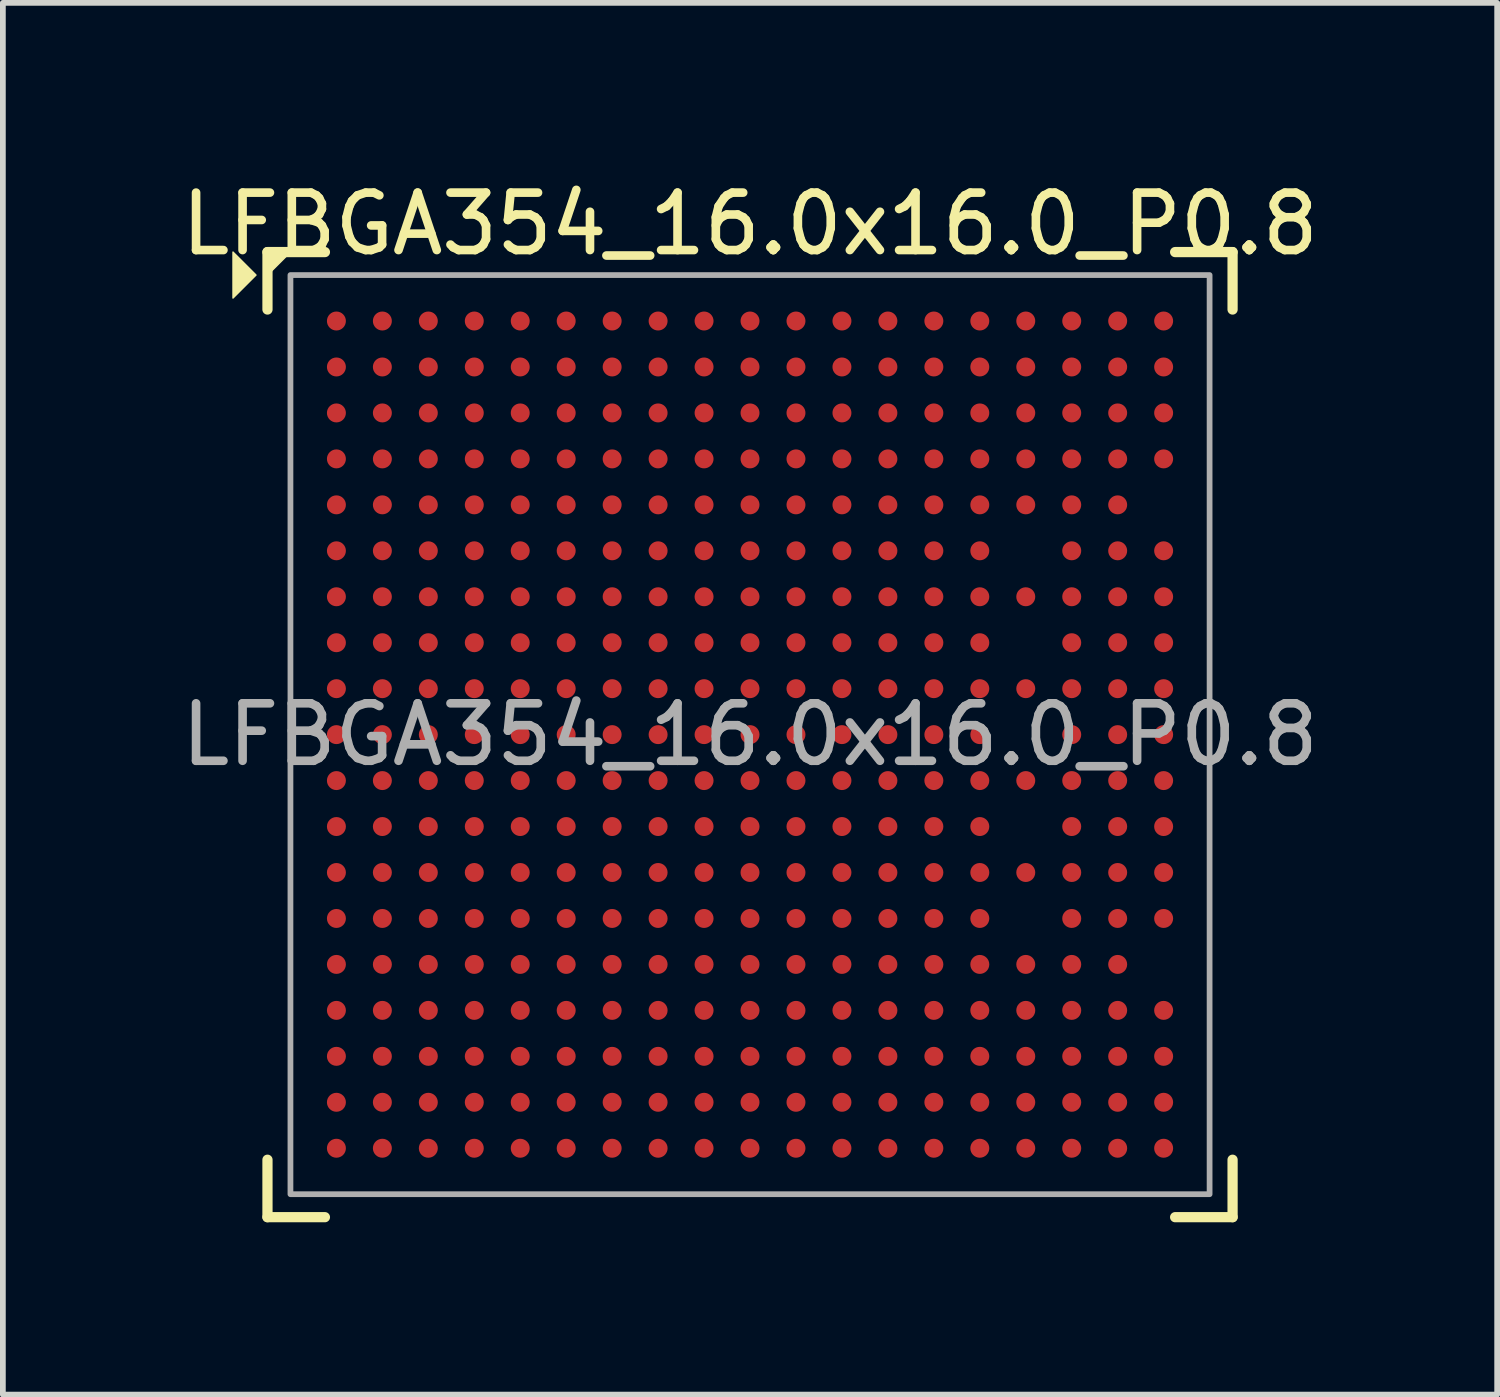
<source format=kicad_pcb>
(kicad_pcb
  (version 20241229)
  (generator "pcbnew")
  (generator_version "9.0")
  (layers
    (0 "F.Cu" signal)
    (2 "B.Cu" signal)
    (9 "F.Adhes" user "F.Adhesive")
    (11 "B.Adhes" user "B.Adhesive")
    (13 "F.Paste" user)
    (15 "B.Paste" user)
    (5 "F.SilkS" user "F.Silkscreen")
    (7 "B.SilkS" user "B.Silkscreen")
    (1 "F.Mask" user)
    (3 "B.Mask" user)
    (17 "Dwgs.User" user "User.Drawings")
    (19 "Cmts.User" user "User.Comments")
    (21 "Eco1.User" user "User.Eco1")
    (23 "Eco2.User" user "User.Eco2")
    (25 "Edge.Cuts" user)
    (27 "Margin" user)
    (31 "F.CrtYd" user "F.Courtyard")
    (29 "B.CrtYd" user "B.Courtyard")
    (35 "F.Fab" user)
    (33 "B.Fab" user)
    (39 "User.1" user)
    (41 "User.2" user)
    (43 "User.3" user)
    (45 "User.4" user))
  (footprint "LFBGA354_16.0x16.0_P0.8"
    (layer "F.Cu")
    (at 10.006 9.738)
    (property "Reference" "LFBGA354_16.0x16.0_P0.8" (at 0 -8.89 0) (unlocked yes) (layer "F.SilkS") (effects (font (size 1 1) (thickness 0.15))))
    (attr smd)
    (fp_line (start -8.4 -8.4) (end -7.4 -8.4) (stroke (width 0.178) (type solid)) (layer "F.SilkS"))
    (fp_line (start -8.4 -7.4) (end -8.4 -8.4) (stroke (width 0.178) (type solid)) (layer "F.SilkS"))
    (fp_line (start -8.4 8.4) (end -8.4 7.4) (stroke (width 0.178) (type solid)) (layer "F.SilkS"))
    (fp_line (start -8.4 8.4) (end -7.4 8.4) (stroke (width 0.178) (type solid)) (layer "F.SilkS"))
    (fp_line (start 7.4 -8.4) (end 8.4 -8.4) (stroke (width 0.178) (type solid)) (layer "F.SilkS"))
    (fp_line (start 7.4 8.4) (end 8.4 8.4) (stroke (width 0.178) (type solid)) (layer "F.SilkS"))
    (fp_line (start 8.4 -7.4) (end 8.4 -8.4) (stroke (width 0.178) (type solid)) (layer "F.SilkS"))
    (fp_line (start 8.4 8.4) (end 8.4 7.4) (stroke (width 0.178) (type solid)) (layer "F.SilkS"))
    (fp_poly (pts (xy -8.6 -8) (xy -9 -8.4) (xy -9 -7.6)) (stroke (width 0.025) (type solid)) (fill yes) (layer "F.SilkS"))
    (fp_poly (pts (xy -8.4 -8.4) (xy -8.4 -8) (xy -8 -8.4)) (stroke (width 0.025) (type solid)) (fill yes) (layer "F.SilkS"))
    (fp_rect (start -8 -8) (end 8 8) (stroke (width 0.1) (type solid)) (fill no) (layer "F.Fab"))
    (fp_text user "${REFERENCE}" (at 0 0 0) (unlocked yes) (layer "F.Fab") (effects (font (size 1 1) (thickness 0.15))))
    (pad "A1" smd circle (at -7.2 -7.2) (size 0.33 0.33) (layers "F.Cu" "F.Mask" "F.Paste"))
    (pad "A2" smd circle (at -6.4 -7.2) (size 0.33 0.33) (layers "F.Cu" "F.Mask" "F.Paste"))
    (pad "A3" smd circle (at -5.6 -7.2) (size 0.33 0.33) (layers "F.Cu" "F.Mask" "F.Paste"))
    (pad "A4" smd circle (at -4.8 -7.2) (size 0.33 0.33) (layers "F.Cu" "F.Mask" "F.Paste"))
    (pad "A5" smd circle (at -4 -7.2) (size 0.33 0.33) (layers "F.Cu" "F.Mask" "F.Paste"))
    (pad "A6" smd circle (at -3.2 -7.2) (size 0.33 0.33) (layers "F.Cu" "F.Mask" "F.Paste"))
    (pad "A7" smd circle (at -2.4 -7.2) (size 0.33 0.33) (layers "F.Cu" "F.Mask" "F.Paste"))
    (pad "A8" smd circle (at -1.6 -7.2) (size 0.33 0.33) (layers "F.Cu" "F.Mask" "F.Paste"))
    (pad "A9" smd circle (at -0.8 -7.2) (size 0.33 0.33) (layers "F.Cu" "F.Mask" "F.Paste"))
    (pad "A10" smd circle (at 0 -7.2) (size 0.33 0.33) (layers "F.Cu" "F.Mask" "F.Paste"))
    (pad "A11" smd circle (at 0.8 -7.2) (size 0.33 0.33) (layers "F.Cu" "F.Mask" "F.Paste"))
    (pad "A12" smd circle (at 1.6 -7.2) (size 0.33 0.33) (layers "F.Cu" "F.Mask" "F.Paste"))
    (pad "A13" smd circle (at 2.4 -7.2) (size 0.33 0.33) (layers "F.Cu" "F.Mask" "F.Paste"))
    (pad "A14" smd circle (at 3.2 -7.2) (size 0.33 0.33) (layers "F.Cu" "F.Mask" "F.Paste"))
    (pad "A15" smd circle (at 4 -7.2) (size 0.33 0.33) (layers "F.Cu" "F.Mask" "F.Paste"))
    (pad "A16" smd circle (at 4.8 -7.2) (size 0.33 0.33) (layers "F.Cu" "F.Mask" "F.Paste"))
    (pad "A17" smd circle (at 5.6 -7.2) (size 0.33 0.33) (layers "F.Cu" "F.Mask" "F.Paste"))
    (pad "A18" smd circle (at 6.4 -7.2) (size 0.33 0.33) (layers "F.Cu" "F.Mask" "F.Paste"))
    (pad "A19" smd circle (at 7.2 -7.2) (size 0.33 0.33) (layers "F.Cu" "F.Mask" "F.Paste"))
    (pad "B1" smd circle (at -7.2 -6.4) (size 0.33 0.33) (layers "F.Cu" "F.Mask" "F.Paste"))
    (pad "B2" smd circle (at -6.4 -6.4) (size 0.33 0.33) (layers "F.Cu" "F.Mask" "F.Paste"))
    (pad "B3" smd circle (at -5.6 -6.4) (size 0.33 0.33) (layers "F.Cu" "F.Mask" "F.Paste"))
    (pad "B4" smd circle (at -4.8 -6.4) (size 0.33 0.33) (layers "F.Cu" "F.Mask" "F.Paste"))
    (pad "B5" smd circle (at -4 -6.4) (size 0.33 0.33) (layers "F.Cu" "F.Mask" "F.Paste"))
    (pad "B6" smd circle (at -3.2 -6.4) (size 0.33 0.33) (layers "F.Cu" "F.Mask" "F.Paste"))
    (pad "B7" smd circle (at -2.4 -6.4) (size 0.33 0.33) (layers "F.Cu" "F.Mask" "F.Paste"))
    (pad "B8" smd circle (at -1.6 -6.4) (size 0.33 0.33) (layers "F.Cu" "F.Mask" "F.Paste"))
    (pad "B9" smd circle (at -0.8 -6.4) (size 0.33 0.33) (layers "F.Cu" "F.Mask" "F.Paste"))
    (pad "B10" smd circle (at 0 -6.4) (size 0.33 0.33) (layers "F.Cu" "F.Mask" "F.Paste"))
    (pad "B11" smd circle (at 0.8 -6.4) (size 0.33 0.33) (layers "F.Cu" "F.Mask" "F.Paste"))
    (pad "B12" smd circle (at 1.6 -6.4) (size 0.33 0.33) (layers "F.Cu" "F.Mask" "F.Paste"))
    (pad "B13" smd circle (at 2.4 -6.4) (size 0.33 0.33) (layers "F.Cu" "F.Mask" "F.Paste"))
    (pad "B14" smd circle (at 3.2 -6.4) (size 0.33 0.33) (layers "F.Cu" "F.Mask" "F.Paste"))
    (pad "B15" smd circle (at 4 -6.4) (size 0.33 0.33) (layers "F.Cu" "F.Mask" "F.Paste"))
    (pad "B16" smd circle (at 4.8 -6.4) (size 0.33 0.33) (layers "F.Cu" "F.Mask" "F.Paste"))
    (pad "B17" smd circle (at 5.6 -6.4) (size 0.33 0.33) (layers "F.Cu" "F.Mask" "F.Paste"))
    (pad "B18" smd circle (at 6.4 -6.4) (size 0.33 0.33) (layers "F.Cu" "F.Mask" "F.Paste"))
    (pad "B19" smd circle (at 7.2 -6.4) (size 0.33 0.33) (layers "F.Cu" "F.Mask" "F.Paste"))
    (pad "C1" smd circle (at -7.2 -5.6) (size 0.33 0.33) (layers "F.Cu" "F.Mask" "F.Paste"))
    (pad "C2" smd circle (at -6.4 -5.6) (size 0.33 0.33) (layers "F.Cu" "F.Mask" "F.Paste"))
    (pad "C3" smd circle (at -5.6 -5.6) (size 0.33 0.33) (layers "F.Cu" "F.Mask" "F.Paste"))
    (pad "C4" smd circle (at -4.8 -5.6) (size 0.33 0.33) (layers "F.Cu" "F.Mask" "F.Paste"))
    (pad "C5" smd circle (at -4 -5.6) (size 0.33 0.33) (layers "F.Cu" "F.Mask" "F.Paste"))
    (pad "C6" smd circle (at -3.2 -5.6) (size 0.33 0.33) (layers "F.Cu" "F.Mask" "F.Paste"))
    (pad "C7" smd circle (at -2.4 -5.6) (size 0.33 0.33) (layers "F.Cu" "F.Mask" "F.Paste"))
    (pad "C8" smd circle (at -1.6 -5.6) (size 0.33 0.33) (layers "F.Cu" "F.Mask" "F.Paste"))
    (pad "C9" smd circle (at -0.8 -5.6) (size 0.33 0.33) (layers "F.Cu" "F.Mask" "F.Paste"))
    (pad "C10" smd circle (at 0 -5.6) (size 0.33 0.33) (layers "F.Cu" "F.Mask" "F.Paste"))
    (pad "C11" smd circle (at 0.8 -5.6) (size 0.33 0.33) (layers "F.Cu" "F.Mask" "F.Paste"))
    (pad "C12" smd circle (at 1.6 -5.6) (size 0.33 0.33) (layers "F.Cu" "F.Mask" "F.Paste"))
    (pad "C13" smd circle (at 2.4 -5.6) (size 0.33 0.33) (layers "F.Cu" "F.Mask" "F.Paste"))
    (pad "C14" smd circle (at 3.2 -5.6) (size 0.33 0.33) (layers "F.Cu" "F.Mask" "F.Paste"))
    (pad "C15" smd circle (at 4 -5.6) (size 0.33 0.33) (layers "F.Cu" "F.Mask" "F.Paste"))
    (pad "C16" smd circle (at 4.8 -5.6) (size 0.33 0.33) (layers "F.Cu" "F.Mask" "F.Paste"))
    (pad "C17" smd circle (at 5.6 -5.6) (size 0.33 0.33) (layers "F.Cu" "F.Mask" "F.Paste"))
    (pad "C18" smd circle (at 6.4 -5.6) (size 0.33 0.33) (layers "F.Cu" "F.Mask" "F.Paste"))
    (pad "C19" smd circle (at 7.2 -5.6) (size 0.33 0.33) (layers "F.Cu" "F.Mask" "F.Paste"))
    (pad "D1" smd circle (at -7.2 -4.8) (size 0.33 0.33) (layers "F.Cu" "F.Mask" "F.Paste"))
    (pad "D2" smd circle (at -6.4 -4.8) (size 0.33 0.33) (layers "F.Cu" "F.Mask" "F.Paste"))
    (pad "D3" smd circle (at -5.6 -4.8) (size 0.33 0.33) (layers "F.Cu" "F.Mask" "F.Paste"))
    (pad "D4" smd circle (at -4.8 -4.8) (size 0.33 0.33) (layers "F.Cu" "F.Mask" "F.Paste"))
    (pad "D5" smd circle (at -4 -4.8) (size 0.33 0.33) (layers "F.Cu" "F.Mask" "F.Paste"))
    (pad "D6" smd circle (at -3.2 -4.8) (size 0.33 0.33) (layers "F.Cu" "F.Mask" "F.Paste"))
    (pad "D7" smd circle (at -2.4 -4.8) (size 0.33 0.33) (layers "F.Cu" "F.Mask" "F.Paste"))
    (pad "D8" smd circle (at -1.6 -4.8) (size 0.33 0.33) (layers "F.Cu" "F.Mask" "F.Paste"))
    (pad "D9" smd circle (at -0.8 -4.8) (size 0.33 0.33) (layers "F.Cu" "F.Mask" "F.Paste"))
    (pad "D10" smd circle (at 0 -4.8) (size 0.33 0.33) (layers "F.Cu" "F.Mask" "F.Paste"))
    (pad "D11" smd circle (at 0.8 -4.8) (size 0.33 0.33) (layers "F.Cu" "F.Mask" "F.Paste"))
    (pad "D12" smd circle (at 1.6 -4.8) (size 0.33 0.33) (layers "F.Cu" "F.Mask" "F.Paste"))
    (pad "D13" smd circle (at 2.4 -4.8) (size 0.33 0.33) (layers "F.Cu" "F.Mask" "F.Paste"))
    (pad "D14" smd circle (at 3.2 -4.8) (size 0.33 0.33) (layers "F.Cu" "F.Mask" "F.Paste"))
    (pad "D15" smd circle (at 4 -4.8) (size 0.33 0.33) (layers "F.Cu" "F.Mask" "F.Paste"))
    (pad "D16" smd circle (at 4.8 -4.8) (size 0.33 0.33) (layers "F.Cu" "F.Mask" "F.Paste"))
    (pad "D17" smd circle (at 5.6 -4.8) (size 0.33 0.33) (layers "F.Cu" "F.Mask" "F.Paste"))
    (pad "D18" smd circle (at 6.4 -4.8) (size 0.33 0.33) (layers "F.Cu" "F.Mask" "F.Paste"))
    (pad "D19" smd circle (at 7.2 -4.8) (size 0.33 0.33) (layers "F.Cu" "F.Mask" "F.Paste"))
    (pad "E1" smd circle (at -7.2 -4) (size 0.33 0.33) (layers "F.Cu" "F.Mask" "F.Paste"))
    (pad "E2" smd circle (at -6.4 -4) (size 0.33 0.33) (layers "F.Cu" "F.Mask" "F.Paste"))
    (pad "E3" smd circle (at -5.6 -4) (size 0.33 0.33) (layers "F.Cu" "F.Mask" "F.Paste"))
    (pad "E4" smd circle (at -4.8 -4) (size 0.33 0.33) (layers "F.Cu" "F.Mask" "F.Paste"))
    (pad "E5" smd circle (at -4 -4) (size 0.33 0.33) (layers "F.Cu" "F.Mask" "F.Paste"))
    (pad "E6" smd circle (at -3.2 -4) (size 0.33 0.33) (layers "F.Cu" "F.Mask" "F.Paste"))
    (pad "E7" smd circle (at -2.4 -4) (size 0.33 0.33) (layers "F.Cu" "F.Mask" "F.Paste"))
    (pad "E8" smd circle (at -1.6 -4) (size 0.33 0.33) (layers "F.Cu" "F.Mask" "F.Paste"))
    (pad "E9" smd circle (at -0.8 -4) (size 0.33 0.33) (layers "F.Cu" "F.Mask" "F.Paste"))
    (pad "E10" smd circle (at 0 -4) (size 0.33 0.33) (layers "F.Cu" "F.Mask" "F.Paste"))
    (pad "E11" smd circle (at 0.8 -4) (size 0.33 0.33) (layers "F.Cu" "F.Mask" "F.Paste"))
    (pad "E12" smd circle (at 1.6 -4) (size 0.33 0.33) (layers "F.Cu" "F.Mask" "F.Paste"))
    (pad "E13" smd circle (at 2.4 -4) (size 0.33 0.33) (layers "F.Cu" "F.Mask" "F.Paste"))
    (pad "E14" smd circle (at 3.2 -4) (size 0.33 0.33) (layers "F.Cu" "F.Mask" "F.Paste"))
    (pad "E15" smd circle (at 4 -4) (size 0.33 0.33) (layers "F.Cu" "F.Mask" "F.Paste"))
    (pad "E16" smd circle (at 4.8 -4) (size 0.33 0.33) (layers "F.Cu" "F.Mask" "F.Paste"))
    (pad "E17" smd circle (at 5.6 -4) (size 0.33 0.33) (layers "F.Cu" "F.Mask" "F.Paste"))
    (pad "E18" smd circle (at 6.4 -4) (size 0.33 0.33) (layers "F.Cu" "F.Mask" "F.Paste"))
    (pad "F1" smd circle (at -7.2 -3.2) (size 0.33 0.33) (layers "F.Cu" "F.Mask" "F.Paste"))
    (pad "F2" smd circle (at -6.4 -3.2) (size 0.33 0.33) (layers "F.Cu" "F.Mask" "F.Paste"))
    (pad "F3" smd circle (at -5.6 -3.2) (size 0.33 0.33) (layers "F.Cu" "F.Mask" "F.Paste"))
    (pad "F4" smd circle (at -4.8 -3.2) (size 0.33 0.33) (layers "F.Cu" "F.Mask" "F.Paste"))
    (pad "F5" smd circle (at -4 -3.2) (size 0.33 0.33) (layers "F.Cu" "F.Mask" "F.Paste"))
    (pad "F6" smd circle (at -3.2 -3.2) (size 0.33 0.33) (layers "F.Cu" "F.Mask" "F.Paste"))
    (pad "F7" smd circle (at -2.4 -3.2) (size 0.33 0.33) (layers "F.Cu" "F.Mask" "F.Paste"))
    (pad "F8" smd circle (at -1.6 -3.2) (size 0.33 0.33) (layers "F.Cu" "F.Mask" "F.Paste"))
    (pad "F9" smd circle (at -0.8 -3.2) (size 0.33 0.33) (layers "F.Cu" "F.Mask" "F.Paste"))
    (pad "F10" smd circle (at 0 -3.2) (size 0.33 0.33) (layers "F.Cu" "F.Mask" "F.Paste"))
    (pad "F11" smd circle (at 0.8 -3.2) (size 0.33 0.33) (layers "F.Cu" "F.Mask" "F.Paste"))
    (pad "F12" smd circle (at 1.6 -3.2) (size 0.33 0.33) (layers "F.Cu" "F.Mask" "F.Paste"))
    (pad "F13" smd circle (at 2.4 -3.2) (size 0.33 0.33) (layers "F.Cu" "F.Mask" "F.Paste"))
    (pad "F14" smd circle (at 3.2 -3.2) (size 0.33 0.33) (layers "F.Cu" "F.Mask" "F.Paste"))
    (pad "F15" smd circle (at 4 -3.2) (size 0.33 0.33) (layers "F.Cu" "F.Mask" "F.Paste"))
    (pad "F17" smd circle (at 5.6 -3.2) (size 0.33 0.33) (layers "F.Cu" "F.Mask" "F.Paste"))
    (pad "F18" smd circle (at 6.4 -3.2) (size 0.33 0.33) (layers "F.Cu" "F.Mask" "F.Paste"))
    (pad "F19" smd circle (at 7.2 -3.2) (size 0.33 0.33) (layers "F.Cu" "F.Mask" "F.Paste"))
    (pad "G1" smd circle (at -7.2 -2.4) (size 0.33 0.33) (layers "F.Cu" "F.Mask" "F.Paste"))
    (pad "G2" smd circle (at -6.4 -2.4) (size 0.33 0.33) (layers "F.Cu" "F.Mask" "F.Paste"))
    (pad "G3" smd circle (at -5.6 -2.4) (size 0.33 0.33) (layers "F.Cu" "F.Mask" "F.Paste"))
    (pad "G4" smd circle (at -4.8 -2.4) (size 0.33 0.33) (layers "F.Cu" "F.Mask" "F.Paste"))
    (pad "G5" smd circle (at -4 -2.4) (size 0.33 0.33) (layers "F.Cu" "F.Mask" "F.Paste"))
    (pad "G6" smd circle (at -3.2 -2.4) (size 0.33 0.33) (layers "F.Cu" "F.Mask" "F.Paste"))
    (pad "G7" smd circle (at -2.4 -2.4) (size 0.33 0.33) (layers "F.Cu" "F.Mask" "F.Paste"))
    (pad "G8" smd circle (at -1.6 -2.4) (size 0.33 0.33) (layers "F.Cu" "F.Mask" "F.Paste"))
    (pad "G9" smd circle (at -0.8 -2.4) (size 0.33 0.33) (layers "F.Cu" "F.Mask" "F.Paste"))
    (pad "G10" smd circle (at 0 -2.4) (size 0.33 0.33) (layers "F.Cu" "F.Mask" "F.Paste"))
    (pad "G11" smd circle (at 0.8 -2.4) (size 0.33 0.33) (layers "F.Cu" "F.Mask" "F.Paste"))
    (pad "G12" smd circle (at 1.6 -2.4) (size 0.33 0.33) (layers "F.Cu" "F.Mask" "F.Paste"))
    (pad "G13" smd circle (at 2.4 -2.4) (size 0.33 0.33) (layers "F.Cu" "F.Mask" "F.Paste"))
    (pad "G14" smd circle (at 3.2 -2.4) (size 0.33 0.33) (layers "F.Cu" "F.Mask" "F.Paste"))
    (pad "G15" smd circle (at 4 -2.4) (size 0.33 0.33) (layers "F.Cu" "F.Mask" "F.Paste"))
    (pad "G16" smd circle (at 4.8 -2.4) (size 0.33 0.33) (layers "F.Cu" "F.Mask" "F.Paste"))
    (pad "G17" smd circle (at 5.6 -2.4) (size 0.33 0.33) (layers "F.Cu" "F.Mask" "F.Paste"))
    (pad "G18" smd circle (at 6.4 -2.4) (size 0.33 0.33) (layers "F.Cu" "F.Mask" "F.Paste"))
    (pad "G19" smd circle (at 7.2 -2.4) (size 0.33 0.33) (layers "F.Cu" "F.Mask" "F.Paste"))
    (pad "H1" smd circle (at -7.2 -1.6) (size 0.33 0.33) (layers "F.Cu" "F.Mask" "F.Paste"))
    (pad "H2" smd circle (at -6.4 -1.6) (size 0.33 0.33) (layers "F.Cu" "F.Mask" "F.Paste"))
    (pad "H3" smd circle (at -5.6 -1.6) (size 0.33 0.33) (layers "F.Cu" "F.Mask" "F.Paste"))
    (pad "H4" smd circle (at -4.8 -1.6) (size 0.33 0.33) (layers "F.Cu" "F.Mask" "F.Paste"))
    (pad "H5" smd circle (at -4 -1.6) (size 0.33 0.33) (layers "F.Cu" "F.Mask" "F.Paste"))
    (pad "H6" smd circle (at -3.2 -1.6) (size 0.33 0.33) (layers "F.Cu" "F.Mask" "F.Paste"))
    (pad "H7" smd circle (at -2.4 -1.6) (size 0.33 0.33) (layers "F.Cu" "F.Mask" "F.Paste"))
    (pad "H8" smd circle (at -1.6 -1.6) (size 0.33 0.33) (layers "F.Cu" "F.Mask" "F.Paste"))
    (pad "H9" smd circle (at -0.8 -1.6) (size 0.33 0.33) (layers "F.Cu" "F.Mask" "F.Paste"))
    (pad "H10" smd circle (at 0 -1.6) (size 0.33 0.33) (layers "F.Cu" "F.Mask" "F.Paste"))
    (pad "H11" smd circle (at 0.8 -1.6) (size 0.33 0.33) (layers "F.Cu" "F.Mask" "F.Paste"))
    (pad "H12" smd circle (at 1.6 -1.6) (size 0.33 0.33) (layers "F.Cu" "F.Mask" "F.Paste"))
    (pad "H13" smd circle (at 2.4 -1.6) (size 0.33 0.33) (layers "F.Cu" "F.Mask" "F.Paste"))
    (pad "H14" smd circle (at 3.2 -1.6) (size 0.33 0.33) (layers "F.Cu" "F.Mask" "F.Paste"))
    (pad "H15" smd circle (at 4 -1.6) (size 0.33 0.33) (layers "F.Cu" "F.Mask" "F.Paste"))
    (pad "H17" smd circle (at 5.6 -1.6) (size 0.33 0.33) (layers "F.Cu" "F.Mask" "F.Paste"))
    (pad "H18" smd circle (at 6.4 -1.6) (size 0.33 0.33) (layers "F.Cu" "F.Mask" "F.Paste"))
    (pad "H19" smd circle (at 7.2 -1.6) (size 0.33 0.33) (layers "F.Cu" "F.Mask" "F.Paste"))
    (pad "J1" smd circle (at -7.2 -0.8) (size 0.33 0.33) (layers "F.Cu" "F.Mask" "F.Paste"))
    (pad "J2" smd circle (at -6.4 -0.8) (size 0.33 0.33) (layers "F.Cu" "F.Mask" "F.Paste"))
    (pad "J3" smd circle (at -5.6 -0.8) (size 0.33 0.33) (layers "F.Cu" "F.Mask" "F.Paste"))
    (pad "J4" smd circle (at -4.8 -0.8) (size 0.33 0.33) (layers "F.Cu" "F.Mask" "F.Paste"))
    (pad "J5" smd circle (at -4 -0.8) (size 0.33 0.33) (layers "F.Cu" "F.Mask" "F.Paste"))
    (pad "J6" smd circle (at -3.2 -0.8) (size 0.33 0.33) (layers "F.Cu" "F.Mask" "F.Paste"))
    (pad "J7" smd circle (at -2.4 -0.8) (size 0.33 0.33) (layers "F.Cu" "F.Mask" "F.Paste"))
    (pad "J8" smd circle (at -1.6 -0.8) (size 0.33 0.33) (layers "F.Cu" "F.Mask" "F.Paste"))
    (pad "J9" smd circle (at -0.8 -0.8) (size 0.33 0.33) (layers "F.Cu" "F.Mask" "F.Paste"))
    (pad "J10" smd circle (at 0 -0.8) (size 0.33 0.33) (layers "F.Cu" "F.Mask" "F.Paste"))
    (pad "J11" smd circle (at 0.8 -0.8) (size 0.33 0.33) (layers "F.Cu" "F.Mask" "F.Paste"))
    (pad "J12" smd circle (at 1.6 -0.8) (size 0.33 0.33) (layers "F.Cu" "F.Mask" "F.Paste"))
    (pad "J13" smd circle (at 2.4 -0.8) (size 0.33 0.33) (layers "F.Cu" "F.Mask" "F.Paste"))
    (pad "J14" smd circle (at 3.2 -0.8) (size 0.33 0.33) (layers "F.Cu" "F.Mask" "F.Paste"))
    (pad "J15" smd circle (at 4 -0.8) (size 0.33 0.33) (layers "F.Cu" "F.Mask" "F.Paste"))
    (pad "J16" smd circle (at 4.8 -0.8) (size 0.33 0.33) (layers "F.Cu" "F.Mask" "F.Paste"))
    (pad "J17" smd circle (at 5.6 -0.8) (size 0.33 0.33) (layers "F.Cu" "F.Mask" "F.Paste"))
    (pad "J18" smd circle (at 6.4 -0.8) (size 0.33 0.33) (layers "F.Cu" "F.Mask" "F.Paste"))
    (pad "J19" smd circle (at 7.2 -0.8) (size 0.33 0.33) (layers "F.Cu" "F.Mask" "F.Paste"))
    (pad "K1" smd circle (at -7.2 0) (size 0.33 0.33) (layers "F.Cu" "F.Mask" "F.Paste"))
    (pad "K2" smd circle (at -6.4 0) (size 0.33 0.33) (layers "F.Cu" "F.Mask" "F.Paste"))
    (pad "K3" smd circle (at -5.6 0) (size 0.33 0.33) (layers "F.Cu" "F.Mask" "F.Paste"))
    (pad "K4" smd circle (at -4.8 0) (size 0.33 0.33) (layers "F.Cu" "F.Mask" "F.Paste"))
    (pad "K5" smd circle (at -4 0) (size 0.33 0.33) (layers "F.Cu" "F.Mask" "F.Paste"))
    (pad "K6" smd circle (at -3.2 0) (size 0.33 0.33) (layers "F.Cu" "F.Mask" "F.Paste"))
    (pad "K7" smd circle (at -2.4 0) (size 0.33 0.33) (layers "F.Cu" "F.Mask" "F.Paste"))
    (pad "K8" smd circle (at -1.6 0) (size 0.33 0.33) (layers "F.Cu" "F.Mask" "F.Paste"))
    (pad "K9" smd circle (at -0.8 0) (size 0.33 0.33) (layers "F.Cu" "F.Mask" "F.Paste"))
    (pad "K10" smd circle (at 0 0) (size 0.33 0.33) (layers "F.Cu" "F.Mask" "F.Paste"))
    (pad "K11" smd circle (at 0.8 0) (size 0.33 0.33) (layers "F.Cu" "F.Mask" "F.Paste"))
    (pad "K12" smd circle (at 1.6 0) (size 0.33 0.33) (layers "F.Cu" "F.Mask" "F.Paste"))
    (pad "K13" smd circle (at 2.4 0) (size 0.33 0.33) (layers "F.Cu" "F.Mask" "F.Paste"))
    (pad "K14" smd circle (at 3.2 0) (size 0.33 0.33) (layers "F.Cu" "F.Mask" "F.Paste"))
    (pad "K15" smd circle (at 4 0) (size 0.33 0.33) (layers "F.Cu" "F.Mask" "F.Paste"))
    (pad "K17" smd circle (at 5.6 0) (size 0.33 0.33) (layers "F.Cu" "F.Mask" "F.Paste"))
    (pad "K18" smd circle (at 6.4 0) (size 0.33 0.33) (layers "F.Cu" "F.Mask" "F.Paste"))
    (pad "K19" smd circle (at 7.2 0) (size 0.33 0.33) (layers "F.Cu" "F.Mask" "F.Paste"))
    (pad "L1" smd circle (at -7.2 0.8) (size 0.33 0.33) (layers "F.Cu" "F.Mask" "F.Paste"))
    (pad "L2" smd circle (at -6.4 0.8) (size 0.33 0.33) (layers "F.Cu" "F.Mask" "F.Paste"))
    (pad "L3" smd circle (at -5.6 0.8) (size 0.33 0.33) (layers "F.Cu" "F.Mask" "F.Paste"))
    (pad "L4" smd circle (at -4.8 0.8) (size 0.33 0.33) (layers "F.Cu" "F.Mask" "F.Paste"))
    (pad "L5" smd circle (at -4 0.8) (size 0.33 0.33) (layers "F.Cu" "F.Mask" "F.Paste"))
    (pad "L6" smd circle (at -3.2 0.8) (size 0.33 0.33) (layers "F.Cu" "F.Mask" "F.Paste"))
    (pad "L7" smd circle (at -2.4 0.8) (size 0.33 0.33) (layers "F.Cu" "F.Mask" "F.Paste"))
    (pad "L8" smd circle (at -1.6 0.8) (size 0.33 0.33) (layers "F.Cu" "F.Mask" "F.Paste"))
    (pad "L9" smd circle (at -0.8 0.8) (size 0.33 0.33) (layers "F.Cu" "F.Mask" "F.Paste"))
    (pad "L10" smd circle (at 0 0.8) (size 0.33 0.33) (layers "F.Cu" "F.Mask" "F.Paste"))
    (pad "L11" smd circle (at 0.8 0.8) (size 0.33 0.33) (layers "F.Cu" "F.Mask" "F.Paste"))
    (pad "L12" smd circle (at 1.6 0.8) (size 0.33 0.33) (layers "F.Cu" "F.Mask" "F.Paste"))
    (pad "L13" smd circle (at 2.4 0.8) (size 0.33 0.33) (layers "F.Cu" "F.Mask" "F.Paste"))
    (pad "L14" smd circle (at 3.2 0.8) (size 0.33 0.33) (layers "F.Cu" "F.Mask" "F.Paste"))
    (pad "L15" smd circle (at 4 0.8) (size 0.33 0.33) (layers "F.Cu" "F.Mask" "F.Paste"))
    (pad "L16" smd circle (at 4.8 0.8) (size 0.33 0.33) (layers "F.Cu" "F.Mask" "F.Paste"))
    (pad "L17" smd circle (at 5.6 0.8) (size 0.33 0.33) (layers "F.Cu" "F.Mask" "F.Paste"))
    (pad "L18" smd circle (at 6.4 0.8) (size 0.33 0.33) (layers "F.Cu" "F.Mask" "F.Paste"))
    (pad "L19" smd circle (at 7.2 0.8) (size 0.33 0.33) (layers "F.Cu" "F.Mask" "F.Paste"))
    (pad "M1" smd circle (at -7.2 1.6) (size 0.33 0.33) (layers "F.Cu" "F.Mask" "F.Paste"))
    (pad "M2" smd circle (at -6.4 1.6) (size 0.33 0.33) (layers "F.Cu" "F.Mask" "F.Paste"))
    (pad "M3" smd circle (at -5.6 1.6) (size 0.33 0.33) (layers "F.Cu" "F.Mask" "F.Paste"))
    (pad "M4" smd circle (at -4.8 1.6) (size 0.33 0.33) (layers "F.Cu" "F.Mask" "F.Paste"))
    (pad "M5" smd circle (at -4 1.6) (size 0.33 0.33) (layers "F.Cu" "F.Mask" "F.Paste"))
    (pad "M6" smd circle (at -3.2 1.6) (size 0.33 0.33) (layers "F.Cu" "F.Mask" "F.Paste"))
    (pad "M7" smd circle (at -2.4 1.6) (size 0.33 0.33) (layers "F.Cu" "F.Mask" "F.Paste"))
    (pad "M8" smd circle (at -1.6 1.6) (size 0.33 0.33) (layers "F.Cu" "F.Mask" "F.Paste"))
    (pad "M9" smd circle (at -0.8 1.6) (size 0.33 0.33) (layers "F.Cu" "F.Mask" "F.Paste"))
    (pad "M10" smd circle (at 0 1.6) (size 0.33 0.33) (layers "F.Cu" "F.Mask" "F.Paste"))
    (pad "M11" smd circle (at 0.8 1.6) (size 0.33 0.33) (layers "F.Cu" "F.Mask" "F.Paste"))
    (pad "M12" smd circle (at 1.6 1.6) (size 0.33 0.33) (layers "F.Cu" "F.Mask" "F.Paste"))
    (pad "M13" smd circle (at 2.4 1.6) (size 0.33 0.33) (layers "F.Cu" "F.Mask" "F.Paste"))
    (pad "M14" smd circle (at 3.2 1.6) (size 0.33 0.33) (layers "F.Cu" "F.Mask" "F.Paste"))
    (pad "M15" smd circle (at 4 1.6) (size 0.33 0.33) (layers "F.Cu" "F.Mask" "F.Paste"))
    (pad "M17" smd circle (at 5.6 1.6) (size 0.33 0.33) (layers "F.Cu" "F.Mask" "F.Paste"))
    (pad "M18" smd circle (at 6.4 1.6) (size 0.33 0.33) (layers "F.Cu" "F.Mask" "F.Paste"))
    (pad "M19" smd circle (at 7.2 1.6) (size 0.33 0.33) (layers "F.Cu" "F.Mask" "F.Paste"))
    (pad "N1" smd circle (at -7.2 2.4) (size 0.33 0.33) (layers "F.Cu" "F.Mask" "F.Paste"))
    (pad "N2" smd circle (at -6.4 2.4) (size 0.33 0.33) (layers "F.Cu" "F.Mask" "F.Paste"))
    (pad "N3" smd circle (at -5.6 2.4) (size 0.33 0.33) (layers "F.Cu" "F.Mask" "F.Paste"))
    (pad "N4" smd circle (at -4.8 2.4) (size 0.33 0.33) (layers "F.Cu" "F.Mask" "F.Paste"))
    (pad "N5" smd circle (at -4 2.4) (size 0.33 0.33) (layers "F.Cu" "F.Mask" "F.Paste"))
    (pad "N6" smd circle (at -3.2 2.4) (size 0.33 0.33) (layers "F.Cu" "F.Mask" "F.Paste"))
    (pad "N7" smd circle (at -2.4 2.4) (size 0.33 0.33) (layers "F.Cu" "F.Mask" "F.Paste"))
    (pad "N8" smd circle (at -1.6 2.4) (size 0.33 0.33) (layers "F.Cu" "F.Mask" "F.Paste"))
    (pad "N9" smd circle (at -0.8 2.4) (size 0.33 0.33) (layers "F.Cu" "F.Mask" "F.Paste"))
    (pad "N10" smd circle (at 0 2.4) (size 0.33 0.33) (layers "F.Cu" "F.Mask" "F.Paste"))
    (pad "N11" smd circle (at 0.8 2.4) (size 0.33 0.33) (layers "F.Cu" "F.Mask" "F.Paste"))
    (pad "N12" smd circle (at 1.6 2.4) (size 0.33 0.33) (layers "F.Cu" "F.Mask" "F.Paste"))
    (pad "N13" smd circle (at 2.4 2.4) (size 0.33 0.33) (layers "F.Cu" "F.Mask" "F.Paste"))
    (pad "N14" smd circle (at 3.2 2.4) (size 0.33 0.33) (layers "F.Cu" "F.Mask" "F.Paste"))
    (pad "N15" smd circle (at 4 2.4) (size 0.33 0.33) (layers "F.Cu" "F.Mask" "F.Paste"))
    (pad "N16" smd circle (at 4.8 2.4) (size 0.33 0.33) (layers "F.Cu" "F.Mask" "F.Paste"))
    (pad "N17" smd circle (at 5.6 2.4) (size 0.33 0.33) (layers "F.Cu" "F.Mask" "F.Paste"))
    (pad "N18" smd circle (at 6.4 2.4) (size 0.33 0.33) (layers "F.Cu" "F.Mask" "F.Paste"))
    (pad "N19" smd circle (at 7.2 2.4) (size 0.33 0.33) (layers "F.Cu" "F.Mask" "F.Paste"))
    (pad "P1" smd circle (at -7.2 3.2) (size 0.33 0.33) (layers "F.Cu" "F.Mask" "F.Paste"))
    (pad "P2" smd circle (at -6.4 3.2) (size 0.33 0.33) (layers "F.Cu" "F.Mask" "F.Paste"))
    (pad "P3" smd circle (at -5.6 3.2) (size 0.33 0.33) (layers "F.Cu" "F.Mask" "F.Paste"))
    (pad "P4" smd circle (at -4.8 3.2) (size 0.33 0.33) (layers "F.Cu" "F.Mask" "F.Paste"))
    (pad "P5" smd circle (at -4 3.2) (size 0.33 0.33) (layers "F.Cu" "F.Mask" "F.Paste"))
    (pad "P6" smd circle (at -3.2 3.2) (size 0.33 0.33) (layers "F.Cu" "F.Mask" "F.Paste"))
    (pad "P7" smd circle (at -2.4 3.2) (size 0.33 0.33) (layers "F.Cu" "F.Mask" "F.Paste"))
    (pad "P8" smd circle (at -1.6 3.2) (size 0.33 0.33) (layers "F.Cu" "F.Mask" "F.Paste"))
    (pad "P9" smd circle (at -0.8 3.2) (size 0.33 0.33) (layers "F.Cu" "F.Mask" "F.Paste"))
    (pad "P10" smd circle (at 0 3.2) (size 0.33 0.33) (layers "F.Cu" "F.Mask" "F.Paste"))
    (pad "P11" smd circle (at 0.8 3.2) (size 0.33 0.33) (layers "F.Cu" "F.Mask" "F.Paste"))
    (pad "P12" smd circle (at 1.6 3.2) (size 0.33 0.33) (layers "F.Cu" "F.Mask" "F.Paste"))
    (pad "P13" smd circle (at 2.4 3.2) (size 0.33 0.33) (layers "F.Cu" "F.Mask" "F.Paste"))
    (pad "P14" smd circle (at 3.2 3.2) (size 0.33 0.33) (layers "F.Cu" "F.Mask" "F.Paste"))
    (pad "P15" smd circle (at 4 3.2) (size 0.33 0.33) (layers "F.Cu" "F.Mask" "F.Paste"))
    (pad "P17" smd circle (at 5.6 3.2) (size 0.33 0.33) (layers "F.Cu" "F.Mask" "F.Paste"))
    (pad "P18" smd circle (at 6.4 3.2) (size 0.33 0.33) (layers "F.Cu" "F.Mask" "F.Paste"))
    (pad "P19" smd circle (at 7.2 3.2) (size 0.33 0.33) (layers "F.Cu" "F.Mask" "F.Paste"))
    (pad "R1" smd circle (at -7.2 4) (size 0.33 0.33) (layers "F.Cu" "F.Mask" "F.Paste"))
    (pad "R2" smd circle (at -6.4 4) (size 0.33 0.33) (layers "F.Cu" "F.Mask" "F.Paste"))
    (pad "R3" smd circle (at -5.6 4) (size 0.33 0.33) (layers "F.Cu" "F.Mask" "F.Paste"))
    (pad "R4" smd circle (at -4.8 4) (size 0.33 0.33) (layers "F.Cu" "F.Mask" "F.Paste"))
    (pad "R5" smd circle (at -4 4) (size 0.33 0.33) (layers "F.Cu" "F.Mask" "F.Paste"))
    (pad "R6" smd circle (at -3.2 4) (size 0.33 0.33) (layers "F.Cu" "F.Mask" "F.Paste"))
    (pad "R7" smd circle (at -2.4 4) (size 0.33 0.33) (layers "F.Cu" "F.Mask" "F.Paste"))
    (pad "R8" smd circle (at -1.6 4) (size 0.33 0.33) (layers "F.Cu" "F.Mask" "F.Paste"))
    (pad "R9" smd circle (at -0.8 4) (size 0.33 0.33) (layers "F.Cu" "F.Mask" "F.Paste"))
    (pad "R10" smd circle (at 0 4) (size 0.33 0.33) (layers "F.Cu" "F.Mask" "F.Paste"))
    (pad "R11" smd circle (at 0.8 4) (size 0.33 0.33) (layers "F.Cu" "F.Mask" "F.Paste"))
    (pad "R12" smd circle (at 1.6 4) (size 0.33 0.33) (layers "F.Cu" "F.Mask" "F.Paste"))
    (pad "R13" smd circle (at 2.4 4) (size 0.33 0.33) (layers "F.Cu" "F.Mask" "F.Paste"))
    (pad "R14" smd circle (at 3.2 4) (size 0.33 0.33) (layers "F.Cu" "F.Mask" "F.Paste"))
    (pad "R15" smd circle (at 4 4) (size 0.33 0.33) (layers "F.Cu" "F.Mask" "F.Paste"))
    (pad "R16" smd circle (at 4.8 4) (size 0.33 0.33) (layers "F.Cu" "F.Mask" "F.Paste"))
    (pad "R17" smd circle (at 5.6 4) (size 0.33 0.33) (layers "F.Cu" "F.Mask" "F.Paste"))
    (pad "R18" smd circle (at 6.4 4) (size 0.33 0.33) (layers "F.Cu" "F.Mask" "F.Paste"))
    (pad "T1" smd circle (at -7.2 4.8) (size 0.33 0.33) (layers "F.Cu" "F.Mask" "F.Paste"))
    (pad "T2" smd circle (at -6.4 4.8) (size 0.33 0.33) (layers "F.Cu" "F.Mask" "F.Paste"))
    (pad "T3" smd circle (at -5.6 4.8) (size 0.33 0.33) (layers "F.Cu" "F.Mask" "F.Paste"))
    (pad "T4" smd circle (at -4.8 4.8) (size 0.33 0.33) (layers "F.Cu" "F.Mask" "F.Paste"))
    (pad "T5" smd circle (at -4 4.8) (size 0.33 0.33) (layers "F.Cu" "F.Mask" "F.Paste"))
    (pad "T6" smd circle (at -3.2 4.8) (size 0.33 0.33) (layers "F.Cu" "F.Mask" "F.Paste"))
    (pad "T7" smd circle (at -2.4 4.8) (size 0.33 0.33) (layers "F.Cu" "F.Mask" "F.Paste"))
    (pad "T8" smd circle (at -1.6 4.8) (size 0.33 0.33) (layers "F.Cu" "F.Mask" "F.Paste"))
    (pad "T9" smd circle (at -0.8 4.8) (size 0.33 0.33) (layers "F.Cu" "F.Mask" "F.Paste"))
    (pad "T10" smd circle (at 0 4.8) (size 0.33 0.33) (layers "F.Cu" "F.Mask" "F.Paste"))
    (pad "T11" smd circle (at 0.8 4.8) (size 0.33 0.33) (layers "F.Cu" "F.Mask" "F.Paste"))
    (pad "T12" smd circle (at 1.6 4.8) (size 0.33 0.33) (layers "F.Cu" "F.Mask" "F.Paste"))
    (pad "T13" smd circle (at 2.4 4.8) (size 0.33 0.33) (layers "F.Cu" "F.Mask" "F.Paste"))
    (pad "T14" smd circle (at 3.2 4.8) (size 0.33 0.33) (layers "F.Cu" "F.Mask" "F.Paste"))
    (pad "T15" smd circle (at 4 4.8) (size 0.33 0.33) (layers "F.Cu" "F.Mask" "F.Paste"))
    (pad "T16" smd circle (at 4.8 4.8) (size 0.33 0.33) (layers "F.Cu" "F.Mask" "F.Paste"))
    (pad "T17" smd circle (at 5.6 4.8) (size 0.33 0.33) (layers "F.Cu" "F.Mask" "F.Paste"))
    (pad "T18" smd circle (at 6.4 4.8) (size 0.33 0.33) (layers "F.Cu" "F.Mask" "F.Paste"))
    (pad "T19" smd circle (at 7.2 4.8) (size 0.33 0.33) (layers "F.Cu" "F.Mask" "F.Paste"))
    (pad "U1" smd circle (at -7.2 5.6) (size 0.33 0.33) (layers "F.Cu" "F.Mask" "F.Paste"))
    (pad "U2" smd circle (at -6.4 5.6) (size 0.33 0.33) (layers "F.Cu" "F.Mask" "F.Paste"))
    (pad "U3" smd circle (at -5.6 5.6) (size 0.33 0.33) (layers "F.Cu" "F.Mask" "F.Paste"))
    (pad "U4" smd circle (at -4.8 5.6) (size 0.33 0.33) (layers "F.Cu" "F.Mask" "F.Paste"))
    (pad "U5" smd circle (at -4 5.6) (size 0.33 0.33) (layers "F.Cu" "F.Mask" "F.Paste"))
    (pad "U6" smd circle (at -3.2 5.6) (size 0.33 0.33) (layers "F.Cu" "F.Mask" "F.Paste"))
    (pad "U7" smd circle (at -2.4 5.6) (size 0.33 0.33) (layers "F.Cu" "F.Mask" "F.Paste"))
    (pad "U8" smd circle (at -1.6 5.6) (size 0.33 0.33) (layers "F.Cu" "F.Mask" "F.Paste"))
    (pad "U9" smd circle (at -0.8 5.6) (size 0.33 0.33) (layers "F.Cu" "F.Mask" "F.Paste"))
    (pad "U10" smd circle (at 0 5.6) (size 0.33 0.33) (layers "F.Cu" "F.Mask" "F.Paste"))
    (pad "U11" smd circle (at 0.8 5.6) (size 0.33 0.33) (layers "F.Cu" "F.Mask" "F.Paste"))
    (pad "U12" smd circle (at 1.6 5.6) (size 0.33 0.33) (layers "F.Cu" "F.Mask" "F.Paste"))
    (pad "U13" smd circle (at 2.4 5.6) (size 0.33 0.33) (layers "F.Cu" "F.Mask" "F.Paste"))
    (pad "U14" smd circle (at 3.2 5.6) (size 0.33 0.33) (layers "F.Cu" "F.Mask" "F.Paste"))
    (pad "U15" smd circle (at 4 5.6) (size 0.33 0.33) (layers "F.Cu" "F.Mask" "F.Paste"))
    (pad "U16" smd circle (at 4.8 5.6) (size 0.33 0.33) (layers "F.Cu" "F.Mask" "F.Paste"))
    (pad "U17" smd circle (at 5.6 5.6) (size 0.33 0.33) (layers "F.Cu" "F.Mask" "F.Paste"))
    (pad "U18" smd circle (at 6.4 5.6) (size 0.33 0.33) (layers "F.Cu" "F.Mask" "F.Paste"))
    (pad "U19" smd circle (at 7.2 5.6) (size 0.33 0.33) (layers "F.Cu" "F.Mask" "F.Paste"))
    (pad "V1" smd circle (at -7.2 6.4) (size 0.33 0.33) (layers "F.Cu" "F.Mask" "F.Paste"))
    (pad "V2" smd circle (at -6.4 6.4) (size 0.33 0.33) (layers "F.Cu" "F.Mask" "F.Paste"))
    (pad "V3" smd circle (at -5.6 6.4) (size 0.33 0.33) (layers "F.Cu" "F.Mask" "F.Paste"))
    (pad "V4" smd circle (at -4.8 6.4) (size 0.33 0.33) (layers "F.Cu" "F.Mask" "F.Paste"))
    (pad "V5" smd circle (at -4 6.4) (size 0.33 0.33) (layers "F.Cu" "F.Mask" "F.Paste"))
    (pad "V6" smd circle (at -3.2 6.4) (size 0.33 0.33) (layers "F.Cu" "F.Mask" "F.Paste"))
    (pad "V7" smd circle (at -2.4 6.4) (size 0.33 0.33) (layers "F.Cu" "F.Mask" "F.Paste"))
    (pad "V8" smd circle (at -1.6 6.4) (size 0.33 0.33) (layers "F.Cu" "F.Mask" "F.Paste"))
    (pad "V9" smd circle (at -0.8 6.4) (size 0.33 0.33) (layers "F.Cu" "F.Mask" "F.Paste"))
    (pad "V10" smd circle (at 0 6.4) (size 0.33 0.33) (layers "F.Cu" "F.Mask" "F.Paste"))
    (pad "V11" smd circle (at 0.8 6.4) (size 0.33 0.33) (layers "F.Cu" "F.Mask" "F.Paste"))
    (pad "V12" smd circle (at 1.6 6.4) (size 0.33 0.33) (layers "F.Cu" "F.Mask" "F.Paste"))
    (pad "V13" smd circle (at 2.4 6.4) (size 0.33 0.33) (layers "F.Cu" "F.Mask" "F.Paste"))
    (pad "V14" smd circle (at 3.2 6.4) (size 0.33 0.33) (layers "F.Cu" "F.Mask" "F.Paste"))
    (pad "V15" smd circle (at 4 6.4) (size 0.33 0.33) (layers "F.Cu" "F.Mask" "F.Paste"))
    (pad "V16" smd circle (at 4.8 6.4) (size 0.33 0.33) (layers "F.Cu" "F.Mask" "F.Paste"))
    (pad "V17" smd circle (at 5.6 6.4) (size 0.33 0.33) (layers "F.Cu" "F.Mask" "F.Paste"))
    (pad "V18" smd circle (at 6.4 6.4) (size 0.33 0.33) (layers "F.Cu" "F.Mask" "F.Paste"))
    (pad "V19" smd circle (at 7.2 6.4) (size 0.33 0.33) (layers "F.Cu" "F.Mask" "F.Paste"))
    (pad "W1" smd circle (at -7.2 7.2) (size 0.33 0.33) (layers "F.Cu" "F.Mask" "F.Paste"))
    (pad "W2" smd circle (at -6.4 7.2) (size 0.33 0.33) (layers "F.Cu" "F.Mask" "F.Paste"))
    (pad "W3" smd circle (at -5.6 7.2) (size 0.33 0.33) (layers "F.Cu" "F.Mask" "F.Paste"))
    (pad "W4" smd circle (at -4.8 7.2) (size 0.33 0.33) (layers "F.Cu" "F.Mask" "F.Paste"))
    (pad "W5" smd circle (at -4 7.2) (size 0.33 0.33) (layers "F.Cu" "F.Mask" "F.Paste"))
    (pad "W6" smd circle (at -3.2 7.2) (size 0.33 0.33) (layers "F.Cu" "F.Mask" "F.Paste"))
    (pad "W7" smd circle (at -2.4 7.2) (size 0.33 0.33) (layers "F.Cu" "F.Mask" "F.Paste"))
    (pad "W8" smd circle (at -1.6 7.2) (size 0.33 0.33) (layers "F.Cu" "F.Mask" "F.Paste"))
    (pad "W9" smd circle (at -0.8 7.2) (size 0.33 0.33) (layers "F.Cu" "F.Mask" "F.Paste"))
    (pad "W10" smd circle (at 0 7.2) (size 0.33 0.33) (layers "F.Cu" "F.Mask" "F.Paste"))
    (pad "W11" smd circle (at 0.8 7.2) (size 0.33 0.33) (layers "F.Cu" "F.Mask" "F.Paste"))
    (pad "W12" smd circle (at 1.6 7.2) (size 0.33 0.33) (layers "F.Cu" "F.Mask" "F.Paste"))
    (pad "W13" smd circle (at 2.4 7.2) (size 0.33 0.33) (layers "F.Cu" "F.Mask" "F.Paste"))
    (pad "W14" smd circle (at 3.2 7.2) (size 0.33 0.33) (layers "F.Cu" "F.Mask" "F.Paste"))
    (pad "W15" smd circle (at 4 7.2) (size 0.33 0.33) (layers "F.Cu" "F.Mask" "F.Paste"))
    (pad "W16" smd circle (at 4.8 7.2) (size 0.33 0.33) (layers "F.Cu" "F.Mask" "F.Paste"))
    (pad "W17" smd circle (at 5.6 7.2) (size 0.33 0.33) (layers "F.Cu" "F.Mask" "F.Paste"))
    (pad "W18" smd circle (at 6.4 7.2) (size 0.33 0.33) (layers "F.Cu" "F.Mask" "F.Paste"))
    (pad "W19" smd circle (at 7.2 7.2) (size 0.33 0.33) (layers "F.Cu" "F.Mask" "F.Paste")))
  (gr_rect
    (start -3 -3)
    (end 23.012 21.227)
    (stroke (width 0.1) (type default))
    (fill no)
    (layer "Edge.Cuts")))
</source>
